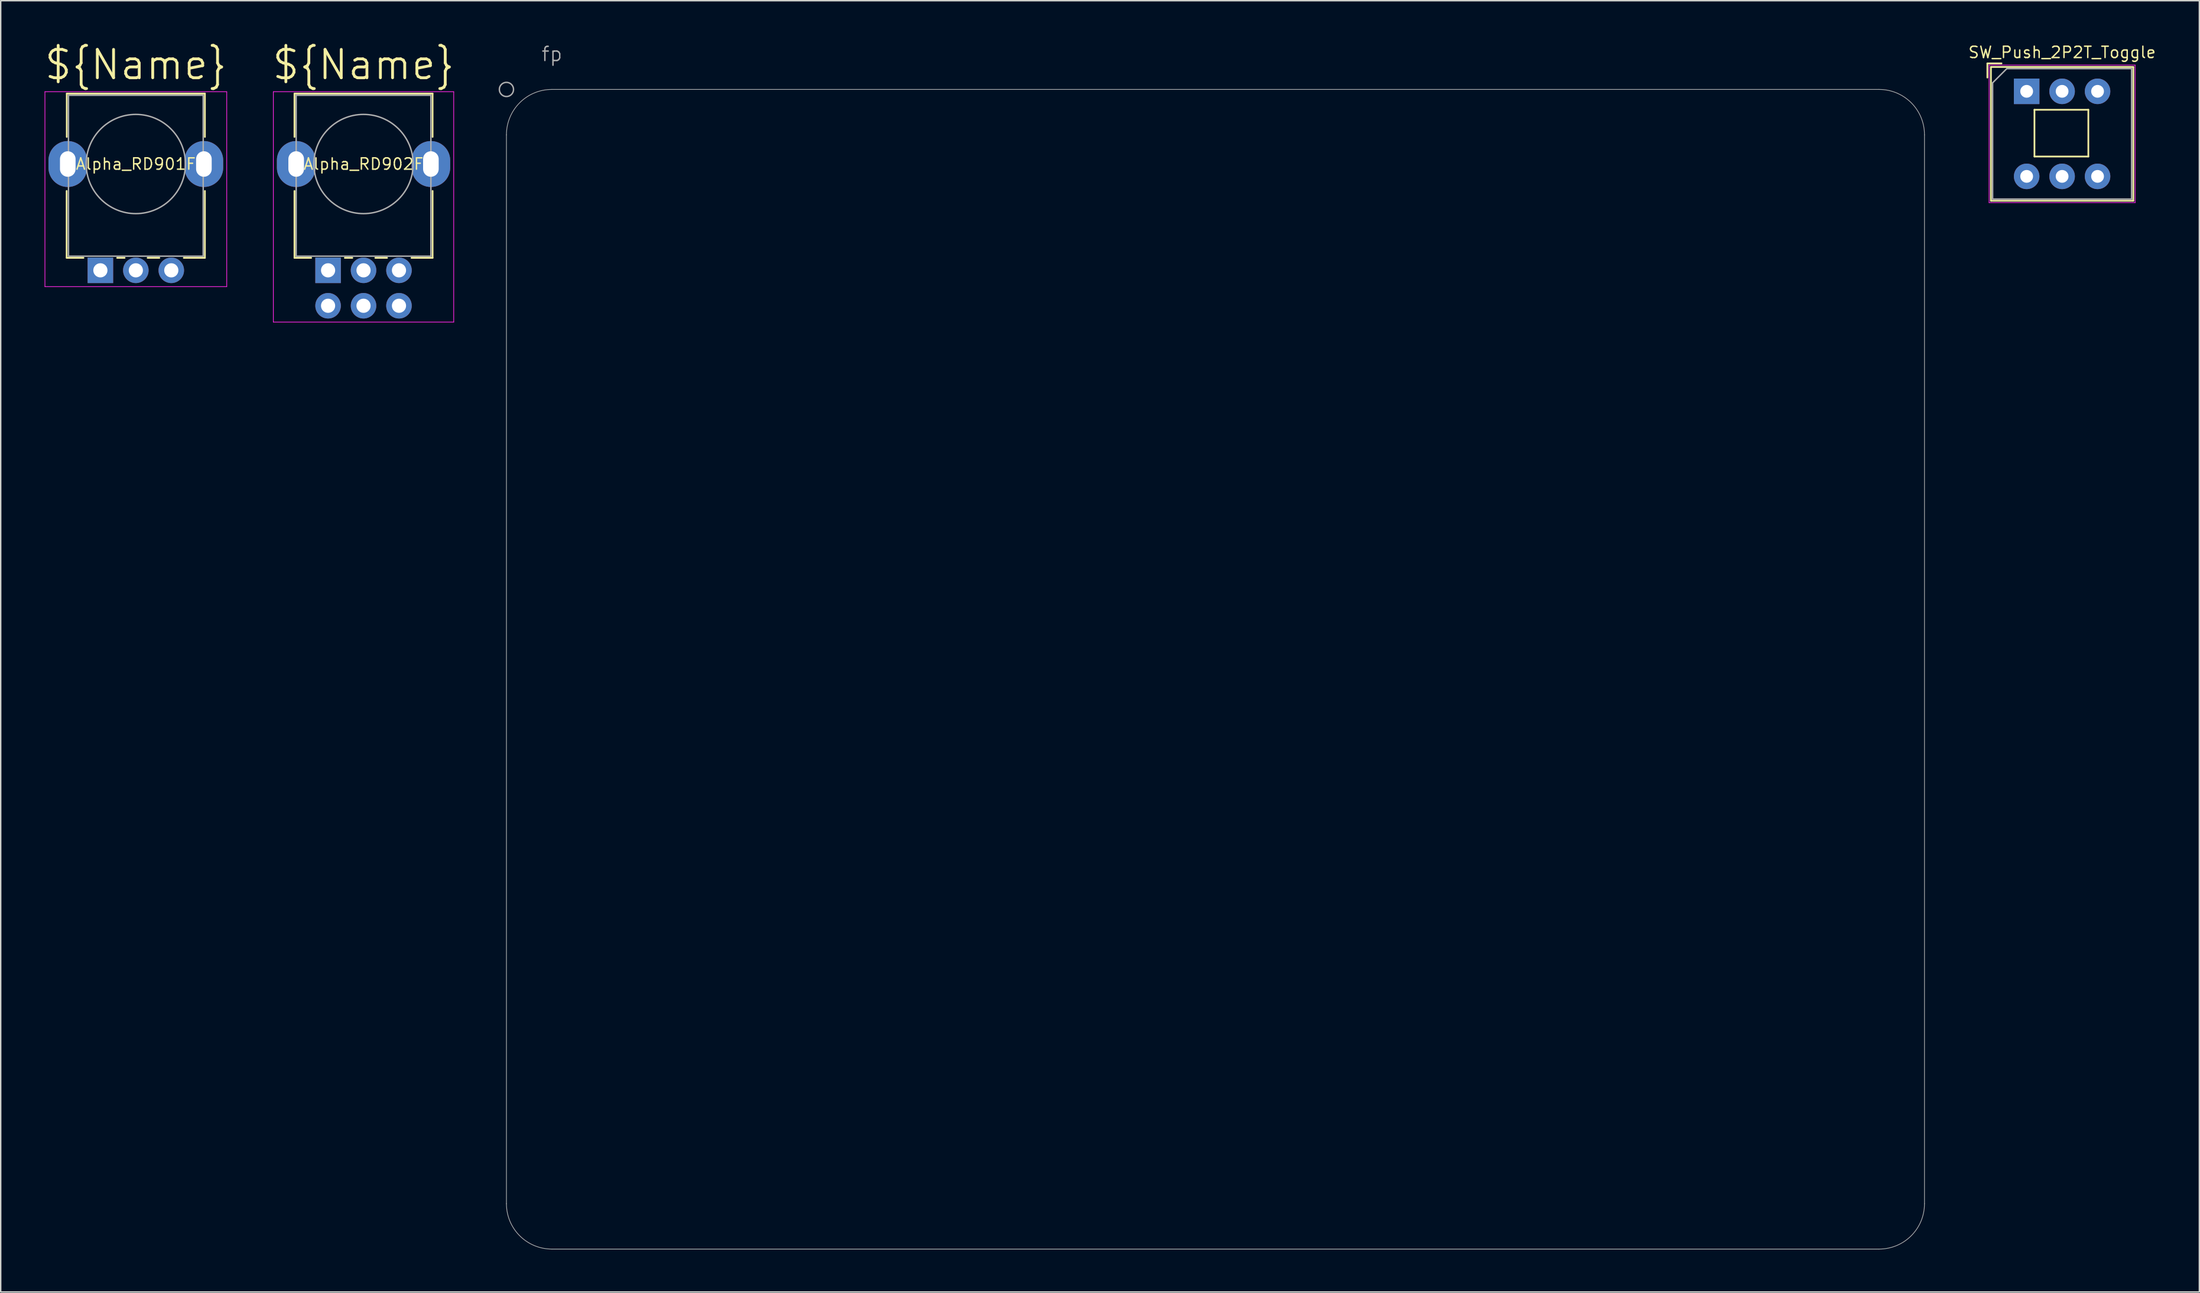
<source format=kicad_pcb>
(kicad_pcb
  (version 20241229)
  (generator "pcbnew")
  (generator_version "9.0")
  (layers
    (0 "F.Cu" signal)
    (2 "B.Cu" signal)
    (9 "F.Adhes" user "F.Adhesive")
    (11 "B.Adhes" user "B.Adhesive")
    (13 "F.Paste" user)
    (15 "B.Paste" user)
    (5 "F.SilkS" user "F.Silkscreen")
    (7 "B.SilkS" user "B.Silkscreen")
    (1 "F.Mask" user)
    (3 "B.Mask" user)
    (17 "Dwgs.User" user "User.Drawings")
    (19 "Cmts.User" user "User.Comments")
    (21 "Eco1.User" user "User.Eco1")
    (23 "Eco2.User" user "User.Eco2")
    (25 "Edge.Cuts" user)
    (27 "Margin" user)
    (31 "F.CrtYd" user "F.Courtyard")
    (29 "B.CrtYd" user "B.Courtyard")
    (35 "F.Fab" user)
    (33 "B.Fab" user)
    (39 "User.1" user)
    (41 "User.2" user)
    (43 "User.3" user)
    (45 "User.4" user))
  (footprint "Alpha_RD902F"
    (layer "F.Cu")
    (at 22.586 8.521)
    (property "Reference" "Alpha_RD902F" (at 0 0 0) (layer "F.SilkS") (effects (font (size 0.8 0.8) (thickness 0.1))))
    (property "Name" "${Name}" (at 0 -7 0) (layer "F.SilkS") (effects (font (size 2 2) (thickness 0.2))))
    (attr through_hole)
    (fp_line (start -4.87 -1.91) (end -4.87 -4.97) (stroke (width 0.12) (type solid)) (layer "F.SilkS"))
    (fp_line (start -4.87 6.62) (end -4.87 1.9) (stroke (width 0.12) (type solid)) (layer "F.SilkS"))
    (fp_line (start -3.69 6.62) (end -4.87 6.62) (stroke (width 0.12) (type solid)) (layer "F.SilkS"))
    (fp_line (start -0.79 6.62) (end -1.32 6.62) (stroke (width 0.12) (type solid)) (layer "F.SilkS"))
    (fp_line (start 1.66 6.62) (end 0.83 6.62) (stroke (width 0.12) (type solid)) (layer "F.SilkS"))
    (fp_line (start 4.87 -4.97) (end -4.87 -4.97) (stroke (width 0.12) (type solid)) (layer "F.SilkS"))
    (fp_line (start 4.87 -1.91) (end 4.87 -4.97) (stroke (width 0.12) (type solid)) (layer "F.SilkS"))
    (fp_line (start 4.87 6.62) (end 3.38 6.62) (stroke (width 0.12) (type solid)) (layer "F.SilkS"))
    (fp_line (start 4.87 6.62) (end 4.87 1.9) (stroke (width 0.12) (type solid)) (layer "F.SilkS"))
    (fp_line (start -6.36 -5.1) (end -6.36 11.15) (stroke (width 0.05) (type solid)) (layer "F.CrtYd"))
    (fp_line (start -6.36 11.15) (end 6.36 11.15) (stroke (width 0.05) (type solid)) (layer "F.CrtYd"))
    (fp_line (start 6.36 -5.1) (end -6.36 -5.1) (stroke (width 0.05) (type solid)) (layer "F.CrtYd"))
    (fp_line (start 6.36 11.15) (end 6.36 -5.1) (stroke (width 0.05) (type solid)) (layer "F.CrtYd"))
    (fp_line (start -4.75 6.5) (end -4.75 -4.85) (stroke (width 0.1) (type solid)) (layer "F.Fab"))
    (fp_line (start 4.75 -4.85) (end -4.75 -4.85) (stroke (width 0.1) (type solid)) (layer "F.Fab"))
    (fp_line (start 4.75 6.5) (end -4.75 6.5) (stroke (width 0.1) (type solid)) (layer "F.Fab"))
    (fp_line (start 4.75 6.5) (end 4.75 -4.85) (stroke (width 0.1) (type solid)) (layer "F.Fab"))
    (fp_circle (center 0 0) (end -3.5 0) (stroke (width 0.1) (type solid)) (fill no) (layer "F.Fab"))
    (pad "" thru_hole oval (at -4.75 0 180) (size 2.72 3.24) (drill oval 1.1 1.8) (layers "*.Cu" "*.Mask"))
    (pad "" thru_hole oval (at 4.75 0 180) (size 2.72 3.24) (drill oval 1.1 1.8) (layers "*.Cu" "*.Mask"))
    (pad "1" thru_hole rect (at -2.5 7.5 180) (size 1.8 1.8) (drill 1) (layers "*.Cu" "*.Mask"))
    (pad "2" thru_hole circle (at 0 7.5 180) (size 1.8 1.8) (drill 1) (layers "*.Cu" "*.Mask"))
    (pad "3" thru_hole circle (at 2.5 7.5 180) (size 1.8 1.8) (drill 1) (layers "*.Cu" "*.Mask"))
    (pad "4" thru_hole circle (at -2.5 10 180) (size 1.8 1.8) (drill 1) (layers "*.Cu" "*.Mask"))
    (pad "5" thru_hole circle (at 0 10 180) (size 1.8 1.8) (drill 1) (layers "*.Cu" "*.Mask"))
    (pad "6" thru_hole circle (at 2.5 10 180) (size 1.8 1.8) (drill 1) (layers "*.Cu" "*.Mask")))
  (footprint "SW_Push_2P2T_Toggle"
    (layer "F.Cu")
    (at 139.869 3.393)
    (property "Reference" "SW_Push_2P2T_Toggle" (at 2.5 -2.75 0) (layer "F.SilkS") (effects (font (size 0.8 0.8) (thickness 0.1))))
    (attr through_hole)
    (fp_line (start -2.77 -0.97) (end -2.77 -1.97) (stroke (width 0.12) (type solid)) (layer "F.SilkS"))
    (fp_line (start -2.52 7.72) (end -2.52 -1.72) (stroke (width 0.12) (type solid)) (layer "F.SilkS"))
    (fp_line (start -1.77 -1.97) (end -2.77 -1.97) (stroke (width 0.12) (type solid)) (layer "F.SilkS"))
    (fp_line (start 0.55 1.3) (end 0.55 4.6) (stroke (width 0.12) (type solid)) (layer "F.SilkS"))
    (fp_line (start 4.35 1.3) (end 0.55 1.3) (stroke (width 0.12) (type solid)) (layer "F.SilkS"))
    (fp_line (start 4.35 1.3) (end 4.35 4.6) (stroke (width 0.12) (type solid)) (layer "F.SilkS"))
    (fp_line (start 4.35 4.6) (end 0.55 4.6) (stroke (width 0.12) (type solid)) (layer "F.SilkS"))
    (fp_line (start 7.52 -1.72) (end -2.52 -1.72) (stroke (width 0.12) (type solid)) (layer "F.SilkS"))
    (fp_line (start 7.52 7.72) (end -2.52 7.72) (stroke (width 0.12) (type solid)) (layer "F.SilkS"))
    (fp_line (start 7.52 7.72) (end 7.52 -1.72) (stroke (width 0.12) (type solid)) (layer "F.SilkS"))
    (fp_line (start -2.65 -1.85) (end 7.65 -1.85) (stroke (width 0.05) (type solid)) (layer "F.CrtYd"))
    (fp_line (start -2.65 7.85) (end -2.65 -1.85) (stroke (width 0.05) (type solid)) (layer "F.CrtYd"))
    (fp_line (start -2.65 7.85) (end 7.65 7.85) (stroke (width 0.05) (type solid)) (layer "F.CrtYd"))
    (fp_line (start 7.65 -1.85) (end 7.65 7.85) (stroke (width 0.05) (type solid)) (layer "F.CrtYd"))
    (fp_line (start -2.4 -0.6) (end -1.4 -1.6) (stroke (width 0.1) (type solid)) (layer "F.Fab"))
    (fp_line (start -2.4 7.6) (end -2.4 -0.6) (stroke (width 0.1) (type solid)) (layer "F.Fab"))
    (fp_line (start -1.4 -1.6) (end 7.4 -1.6) (stroke (width 0.1) (type solid)) (layer "F.Fab"))
    (fp_line (start 7.4 -1.6) (end 7.4 7.6) (stroke (width 0.1) (type solid)) (layer "F.Fab"))
    (fp_line (start 7.4 7.6) (end -2.4 7.6) (stroke (width 0.1) (type solid)) (layer "F.Fab"))
    (pad "1" thru_hole rect (at 0 0) (size 1.8 1.8) (drill 0.9) (layers "*.Cu" "*.Mask"))
    (pad "2" thru_hole circle (at 2.5 0) (size 1.8 1.8) (drill 0.9) (layers "*.Cu" "*.Mask"))
    (pad "3" thru_hole circle (at 5 0) (size 1.8 1.8) (drill 0.9) (layers "*.Cu" "*.Mask"))
    (pad "4" thru_hole circle (at 0 6) (size 1.8 1.8) (drill 0.9) (layers "*.Cu" "*.Mask"))
    (pad "5" thru_hole circle (at 2.5 6) (size 1.8 1.8) (drill 0.9) (layers "*.Cu" "*.Mask"))
    (pad "6" thru_hole circle (at 5 6) (size 1.8 1.8) (drill 0.9) (layers "*.Cu" "*.Mask")))
  (footprint "fp"
    (layer "F.Cu")
    (at 35.864 6.46)
    (property "Reference" "fp" (at 0.01 -5.7 0) (unlocked yes) (layer "F.Fab") (effects (font (size 1 1) (thickness 0.1))))
    (fp_line (start -3.2 75.41) (end -3.2 0.000001) (stroke (width 0.05) (type default)) (layer "F.Fab"))
    (fp_line (start 0.000001 -3.2) (end 93.6 -3.2) (stroke (width 0.05) (type default)) (layer "F.Fab"))
    (fp_line (start 93.6 78.61) (end 0.000001 78.61) (stroke (width 0.05) (type default)) (layer "F.Fab"))
    (fp_line (start 96.8 0.000001) (end 96.8 75.41) (stroke (width 0.05) (type default)) (layer "F.Fab"))
    (fp_arc (start -3.199999 0.000001) (mid -2.262741 -2.262741) (end 0.000001 -3.199999) (stroke (width 0.05) (type default)) (layer "F.Fab"))
    (fp_arc (start 0.000001 78.610001) (mid -2.262741 77.672743) (end -3.199999 75.410001) (stroke (width 0.05) (type default)) (layer "F.Fab"))
    (fp_arc (start 93.600001 -3.199999) (mid 95.86273 -2.262728) (end 96.800001 0.000001) (stroke (width 0.05) (type default)) (layer "F.Fab"))
    (fp_arc (start 96.800001 75.410001) (mid 95.862743 77.672743) (end 93.600001 78.610001) (stroke (width 0.05) (type default)) (layer "F.Fab"))
    (fp_circle (center -3.2 -3.2) (end -2.7 -3.2) (stroke (width 0.1) (type solid)) (fill no) (layer "F.Fab")))
  (footprint "Alpha_RD901F"
    (layer "F.Cu")
    (at 6.529 8.521)
    (property "Reference" "Alpha_RD901F" (at 0 0 0) (layer "F.SilkS") (effects (font (size 0.8 0.8) (thickness 0.1))))
    (property "Name" "${Name}" (at 0 -7 0) (layer "F.SilkS") (effects (font (size 2 2) (thickness 0.2))))
    (attr through_hole)
    (fp_line (start -4.88 6.62) (end -4.88 1.9) (stroke (width 0.12) (type solid)) (layer "F.SilkS"))
    (fp_line (start -4.87 -1.91) (end -4.87 -4.97) (stroke (width 0.12) (type solid)) (layer "F.SilkS"))
    (fp_line (start -3.69 6.62) (end -4.87 6.62) (stroke (width 0.12) (type solid)) (layer "F.SilkS"))
    (fp_line (start -0.79 6.62) (end -1.32 6.62) (stroke (width 0.12) (type solid)) (layer "F.SilkS"))
    (fp_line (start 1.66 6.62) (end 0.83 6.62) (stroke (width 0.12) (type solid)) (layer "F.SilkS"))
    (fp_line (start 4.87 -4.97) (end -4.87 -4.97) (stroke (width 0.12) (type solid)) (layer "F.SilkS"))
    (fp_line (start 4.87 -1.91) (end 4.87 -4.97) (stroke (width 0.12) (type solid)) (layer "F.SilkS"))
    (fp_line (start 4.87 6.62) (end 3.38 6.62) (stroke (width 0.12) (type solid)) (layer "F.SilkS"))
    (fp_line (start 4.87 6.62) (end 4.87 1.9) (stroke (width 0.12) (type solid)) (layer "F.SilkS"))
    (fp_line (start -6.41 -5.1) (end -6.41 8.65) (stroke (width 0.05) (type solid)) (layer "F.CrtYd"))
    (fp_line (start -6.41 8.65) (end 6.41 8.65) (stroke (width 0.05) (type solid)) (layer "F.CrtYd"))
    (fp_line (start 6.41 -5.1) (end -6.41 -5.1) (stroke (width 0.05) (type solid)) (layer "F.CrtYd"))
    (fp_line (start 6.41 8.65) (end 6.41 -5.1) (stroke (width 0.05) (type solid)) (layer "F.CrtYd"))
    (fp_line (start -4.75 6.5) (end -4.75 -4.85) (stroke (width 0.1) (type solid)) (layer "F.Fab"))
    (fp_line (start 4.75 -4.85) (end -4.75 -4.85) (stroke (width 0.1) (type solid)) (layer "F.Fab"))
    (fp_line (start 4.75 6.5) (end -4.75 6.5) (stroke (width 0.1) (type solid)) (layer "F.Fab"))
    (fp_line (start 4.75 6.5) (end 4.75 -4.85) (stroke (width 0.1) (type solid)) (layer "F.Fab"))
    (fp_circle (center 0 0) (end -3.5 0) (stroke (width 0.1) (type solid)) (fill no) (layer "F.Fab"))
    (pad "" thru_hole oval (at -4.8 0 180) (size 2.72 3.24) (drill oval 1.1 1.8) (layers "*.Cu" "*.Mask"))
    (pad "" thru_hole oval (at 4.8 0 180) (size 2.72 3.24) (drill oval 1.1 1.8) (layers "*.Cu" "*.Mask"))
    (pad "1" thru_hole rect (at -2.5 7.5 180) (size 1.8 1.8) (drill 1) (layers "*.Cu" "*.Mask"))
    (pad "2" thru_hole circle (at 0 7.5 180) (size 1.8 1.8) (drill 1) (layers "*.Cu" "*.Mask"))
    (pad "3" thru_hole circle (at 2.5 7.5 180) (size 1.8 1.8) (drill 1) (layers "*.Cu" "*.Mask")))
  (gr_rect
    (start -3 -3)
    (end 152.048 88.096)
    (stroke (width 0.1) (type default))
    (fill no)
    (layer "Edge.Cuts")))
</source>
